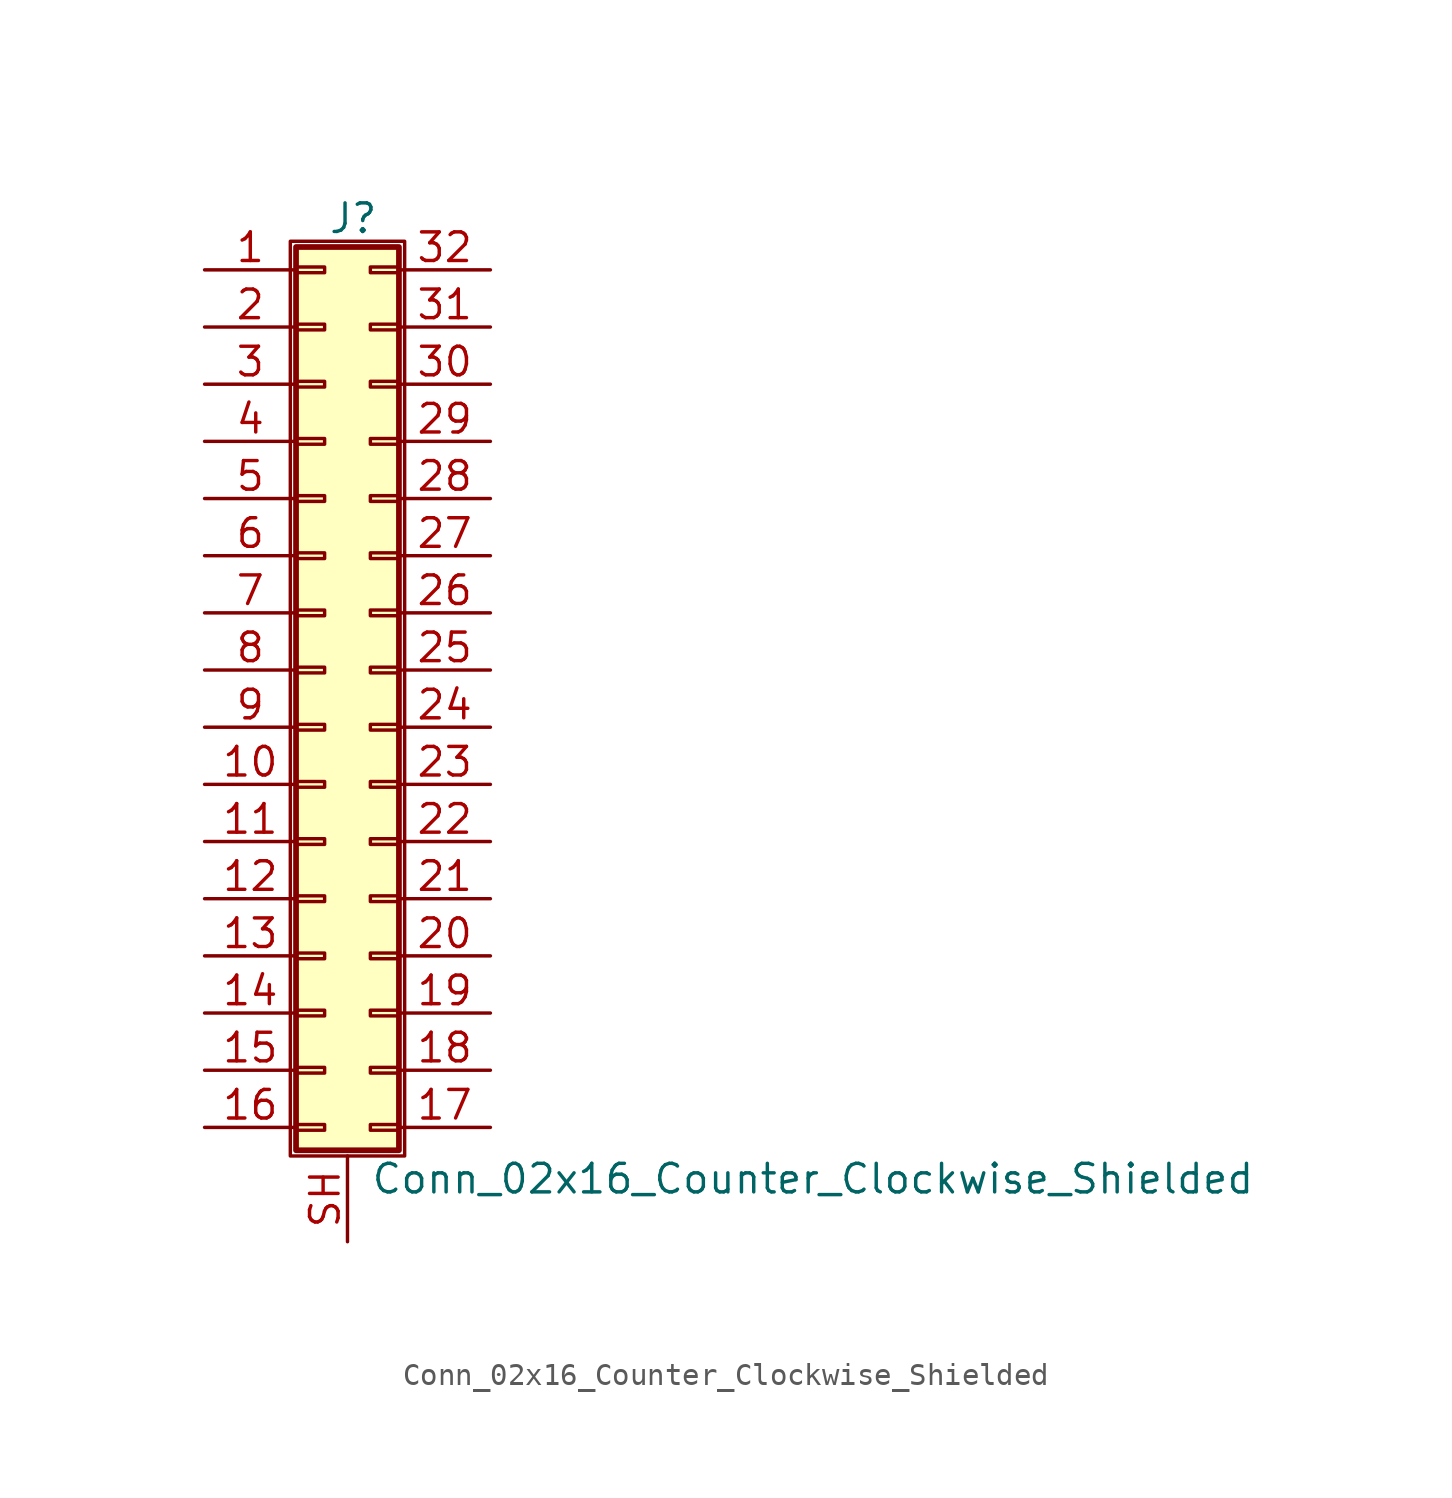
<source format=kicad_sym>
(kicad_symbol_lib
  (version 20201005)
  (generator kicad_symbol_editor)
  (symbol "Conn_02x16_Counter_Clockwise_Shielded"
    (pin_names
      (offset 1.016) hide)
    (property "Reference" "J"
      (at 1.524 20.066 0)
      (effects (font (size 1.27 1.27))))
    (property "Value" "Conn_02x16_Counter_Clockwise_Shielded"
      (at 2.286 -22.606 0)
      (effects (font (size 1.27 1.27)) (justify left)))
    (symbol "Conn_02x16_Counter_Clockwise_Shielded_1_1"
      (rectangle (start -1.27 19.05) (end 3.81 -21.59) (stroke (width 0.152)) (fill (type none)))
      (rectangle (start -1.016 -20.193) (end 0.254 -20.447) (stroke (width 0.152)) (fill (type none)))
      (rectangle (start -1.016 -17.653) (end 0.254 -17.907) (stroke (width 0.152)) (fill (type none)))
      (rectangle (start -1.016 -15.113) (end 0.254 -15.367) (stroke (width 0.152)) (fill (type none)))
      (rectangle (start -1.016 -12.573) (end 0.254 -12.827) (stroke (width 0.152)) (fill (type none)))
      (rectangle (start -1.016 -10.033) (end 0.254 -10.287) (stroke (width 0.152)) (fill (type none)))
      (rectangle (start -1.016 -7.493) (end 0.254 -7.747) (stroke (width 0.152)) (fill (type none)))
      (rectangle (start -1.016 -4.953) (end 0.254 -5.207) (stroke (width 0.152)) (fill (type none)))
      (rectangle (start -1.016 -2.413) (end 0.254 -2.667) (stroke (width 0.152)) (fill (type none)))
      (rectangle (start -1.016 0.127) (end 0.254 -0.127) (stroke (width 0.152)) (fill (type none)))
      (rectangle (start -1.016 2.667) (end 0.254 2.413) (stroke (width 0.152)) (fill (type none)))
      (rectangle (start -1.016 5.207) (end 0.254 4.953) (stroke (width 0.152)) (fill (type none)))
      (rectangle (start -1.016 7.747) (end 0.254 7.493) (stroke (width 0.152)) (fill (type none)))
      (rectangle (start -1.016 10.287) (end 0.254 10.033) (stroke (width 0.152)) (fill (type none)))
      (rectangle (start -1.016 12.827) (end 0.254 12.573) (stroke (width 0.152)) (fill (type none)))
      (rectangle (start -1.016 15.367) (end 0.254 15.113) (stroke (width 0.152)) (fill (type none)))
      (rectangle (start -1.016 17.907) (end 0.254 17.653) (stroke (width 0.152)) (fill (type none)))
      (rectangle (start 3.556 -20.193) (end 2.286 -20.447) (stroke (width 0.152)) (fill (type none)))
      (rectangle (start 3.556 -17.653) (end 2.286 -17.907) (stroke (width 0.152)) (fill (type none)))
      (rectangle (start 3.556 -15.113) (end 2.286 -15.367) (stroke (width 0.152)) (fill (type none)))
      (rectangle (start 3.556 -12.573) (end 2.286 -12.827) (stroke (width 0.152)) (fill (type none)))
      (rectangle (start 3.556 -10.033) (end 2.286 -10.287) (stroke (width 0.152)) (fill (type none)))
      (rectangle (start 3.556 -7.493) (end 2.286 -7.747) (stroke (width 0.152)) (fill (type none)))
      (rectangle (start 3.556 -4.953) (end 2.286 -5.207) (stroke (width 0.152)) (fill (type none)))
      (rectangle (start 3.556 -2.413) (end 2.286 -2.667) (stroke (width 0.152)) (fill (type none)))
      (rectangle (start 3.556 0.127) (end 2.286 -0.127) (stroke (width 0.152)) (fill (type none)))
      (rectangle (start 3.556 2.667) (end 2.286 2.413) (stroke (width 0.152)) (fill (type none)))
      (rectangle (start 3.556 5.207) (end 2.286 4.953) (stroke (width 0.152)) (fill (type none)))
      (rectangle (start 3.556 7.747) (end 2.286 7.493) (stroke (width 0.152)) (fill (type none)))
      (rectangle (start 3.556 10.287) (end 2.286 10.033) (stroke (width 0.152)) (fill (type none)))
      (rectangle (start 3.556 12.827) (end 2.286 12.573) (stroke (width 0.152)) (fill (type none)))
      (rectangle (start 3.556 15.367) (end 2.286 15.113) (stroke (width 0.152)) (fill (type none)))
      (rectangle (start 3.556 17.907) (end 2.286 17.653) (stroke (width 0.152)) (fill (type none)))
      (rectangle (start -1.016 18.796) (end 3.556 -21.336) (stroke (width 0.254)) (fill (type background)))
      (pin passive line (at -5.08 17.78 0) (length 4.064) (name "Pin_1" (effects (font (size 1.27 1.27)))) (number "1" (effects (font (size 1.27 1.27)))))
      (pin passive line (at -5.08 -5.08 0) (length 4.064) (name "Pin_10" (effects (font (size 1.27 1.27)))) (number "10" (effects (font (size 1.27 1.27)))))
      (pin passive line (at -5.08 -7.62 0) (length 4.064) (name "Pin_11" (effects (font (size 1.27 1.27)))) (number "11" (effects (font (size 1.27 1.27)))))
      (pin passive line (at -5.08 -10.16 0) (length 4.064) (name "Pin_12" (effects (font (size 1.27 1.27)))) (number "12" (effects (font (size 1.27 1.27)))))
      (pin passive line (at -5.08 -12.7 0) (length 4.064) (name "Pin_13" (effects (font (size 1.27 1.27)))) (number "13" (effects (font (size 1.27 1.27)))))
      (pin passive line (at -5.08 -15.24 0) (length 4.064) (name "Pin_14" (effects (font (size 1.27 1.27)))) (number "14" (effects (font (size 1.27 1.27)))))
      (pin passive line (at -5.08 -17.78 0) (length 4.064) (name "Pin_15" (effects (font (size 1.27 1.27)))) (number "15" (effects (font (size 1.27 1.27)))))
      (pin passive line (at -5.08 -20.32 0) (length 4.064) (name "Pin_16" (effects (font (size 1.27 1.27)))) (number "16" (effects (font (size 1.27 1.27)))))
      (pin passive line (at 7.62 -20.32 180) (length 4.064) (name "Pin_17" (effects (font (size 1.27 1.27)))) (number "17" (effects (font (size 1.27 1.27)))))
      (pin passive line (at 7.62 -17.78 180) (length 4.064) (name "Pin_18" (effects (font (size 1.27 1.27)))) (number "18" (effects (font (size 1.27 1.27)))))
      (pin passive line (at 7.62 -15.24 180) (length 4.064) (name "Pin_19" (effects (font (size 1.27 1.27)))) (number "19" (effects (font (size 1.27 1.27)))))
      (pin passive line (at -5.08 15.24 0) (length 4.064) (name "Pin_2" (effects (font (size 1.27 1.27)))) (number "2" (effects (font (size 1.27 1.27)))))
      (pin passive line (at 7.62 -12.7 180) (length 4.064) (name "Pin_20" (effects (font (size 1.27 1.27)))) (number "20" (effects (font (size 1.27 1.27)))))
      (pin passive line (at 7.62 -10.16 180) (length 4.064) (name "Pin_21" (effects (font (size 1.27 1.27)))) (number "21" (effects (font (size 1.27 1.27)))))
      (pin passive line (at 7.62 -7.62 180) (length 4.064) (name "Pin_22" (effects (font (size 1.27 1.27)))) (number "22" (effects (font (size 1.27 1.27)))))
      (pin passive line (at 7.62 -5.08 180) (length 4.064) (name "Pin_23" (effects (font (size 1.27 1.27)))) (number "23" (effects (font (size 1.27 1.27)))))
      (pin passive line (at 7.62 -2.54 180) (length 4.064) (name "Pin_24" (effects (font (size 1.27 1.27)))) (number "24" (effects (font (size 1.27 1.27)))))
      (pin passive line (at 7.62 0 180) (length 4.064) (name "Pin_25" (effects (font (size 1.27 1.27)))) (number "25" (effects (font (size 1.27 1.27)))))
      (pin passive line (at 7.62 2.54 180) (length 4.064) (name "Pin_26" (effects (font (size 1.27 1.27)))) (number "26" (effects (font (size 1.27 1.27)))))
      (pin passive line (at 7.62 5.08 180) (length 4.064) (name "Pin_27" (effects (font (size 1.27 1.27)))) (number "27" (effects (font (size 1.27 1.27)))))
      (pin passive line (at 7.62 7.62 180) (length 4.064) (name "Pin_28" (effects (font (size 1.27 1.27)))) (number "28" (effects (font (size 1.27 1.27)))))
      (pin passive line (at 7.62 10.16 180) (length 4.064) (name "Pin_29" (effects (font (size 1.27 1.27)))) (number "29" (effects (font (size 1.27 1.27)))))
      (pin passive line (at -5.08 12.7 0) (length 4.064) (name "Pin_3" (effects (font (size 1.27 1.27)))) (number "3" (effects (font (size 1.27 1.27)))))
      (pin passive line (at 7.62 12.7 180) (length 4.064) (name "Pin_30" (effects (font (size 1.27 1.27)))) (number "30" (effects (font (size 1.27 1.27)))))
      (pin passive line (at 7.62 15.24 180) (length 4.064) (name "Pin_31" (effects (font (size 1.27 1.27)))) (number "31" (effects (font (size 1.27 1.27)))))
      (pin passive line (at 7.62 17.78 180) (length 4.064) (name "Pin_32" (effects (font (size 1.27 1.27)))) (number "32" (effects (font (size 1.27 1.27)))))
      (pin passive line (at -5.08 10.16 0) (length 4.064) (name "Pin_4" (effects (font (size 1.27 1.27)))) (number "4" (effects (font (size 1.27 1.27)))))
      (pin passive line (at -5.08 7.62 0) (length 4.064) (name "Pin_5" (effects (font (size 1.27 1.27)))) (number "5" (effects (font (size 1.27 1.27)))))
      (pin passive line (at -5.08 5.08 0) (length 4.064) (name "Pin_6" (effects (font (size 1.27 1.27)))) (number "6" (effects (font (size 1.27 1.27)))))
      (pin passive line (at -5.08 2.54 0) (length 4.064) (name "Pin_7" (effects (font (size 1.27 1.27)))) (number "7" (effects (font (size 1.27 1.27)))))
      (pin passive line (at -5.08 0 0) (length 4.064) (name "Pin_8" (effects (font (size 1.27 1.27)))) (number "8" (effects (font (size 1.27 1.27)))))
      (pin passive line (at -5.08 -2.54 0) (length 4.064) (name "Pin_9" (effects (font (size 1.27 1.27)))) (number "9" (effects (font (size 1.27 1.27)))))
      (pin passive line (at 1.27 -25.4 90) (length 3.81) (name "Shield" (effects (font (size 1.27 1.27)))) (number "SH" (effects (font (size 1.27 1.27))))))))
</source>
